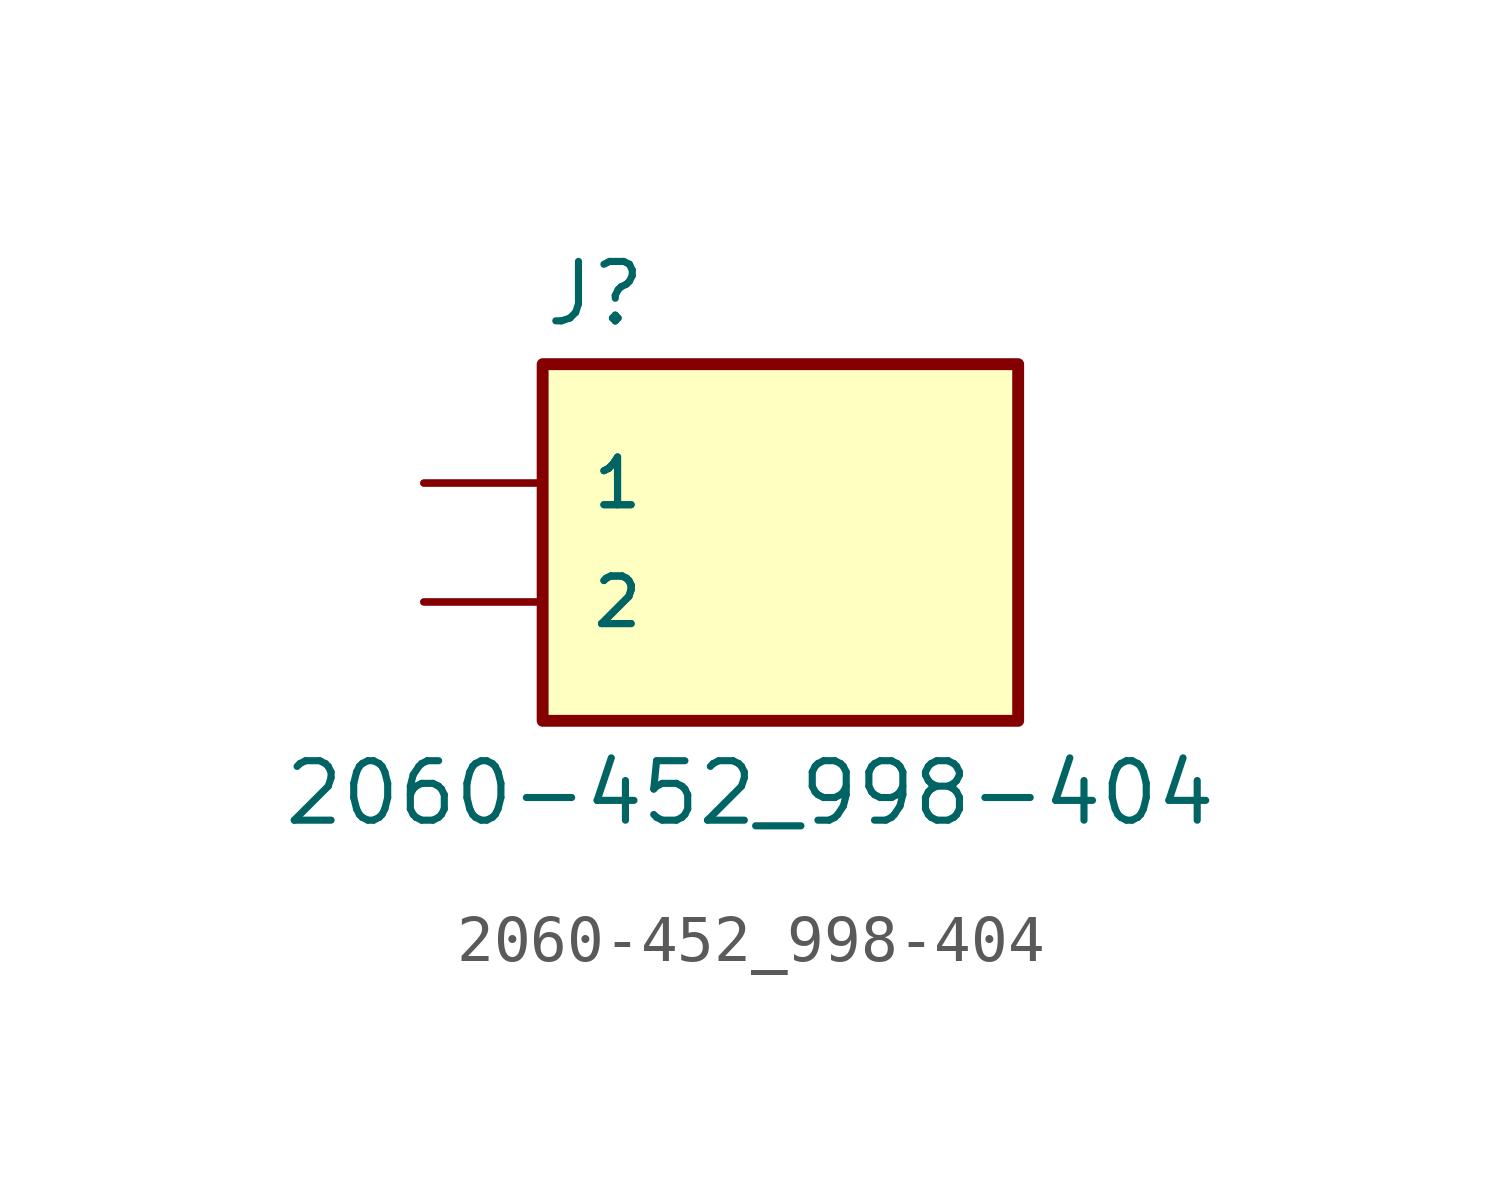
<source format=kicad_sym>
(kicad_symbol_lib
  (version 20231120)
  (generator "kicad_symbol_editor")
  (generator_version "8.0")
  (symbol "2060-452_998-404"
    (pin_numbers hide)
    (pin_names
      (offset 1.016))
    (property "Reference" "J"
      (at -5.08 5.842 0)
      (effects (font (size 1.27 1.27)) (justify left bottom)))
    (property "Value" "2060-452_998-404"
      (at -10.668 -4.826 0)
      (effects (font (size 1.27 1.27)) (justify left bottom)))
    (symbol "2060-452_998-404_0_0"
      (rectangle (start -5.08 -2.54) (end 5.08 5.08) (stroke (width 0.254) (type default)) (fill (type background))))
    (symbol "2060-452_998-404_1_0"
      (pin passive line (at -7.62 2.54 0) (length 2.54) (name "1" (effects (font (size 1.016 1.016)))) (number "1_1" (effects (font (size 1.016 1.016)))))
      (pin passive line (at -7.62 2.54 0) (length 2.54) (name "1" (effects (font (size 1.016 1.016)))) (number "1_2" (effects (font (size 1.016 1.016)))))
      (pin passive line (at -7.62 0 0) (length 2.54) (name "2" (effects (font (size 1.016 1.016)))) (number "2_1" (effects (font (size 1.016 1.016)))))
      (pin passive line (at -7.62 0 0) (length 2.54) (name "2" (effects (font (size 1.016 1.016)))) (number "2_2" (effects (font (size 1.016 1.016))))))))
</source>
